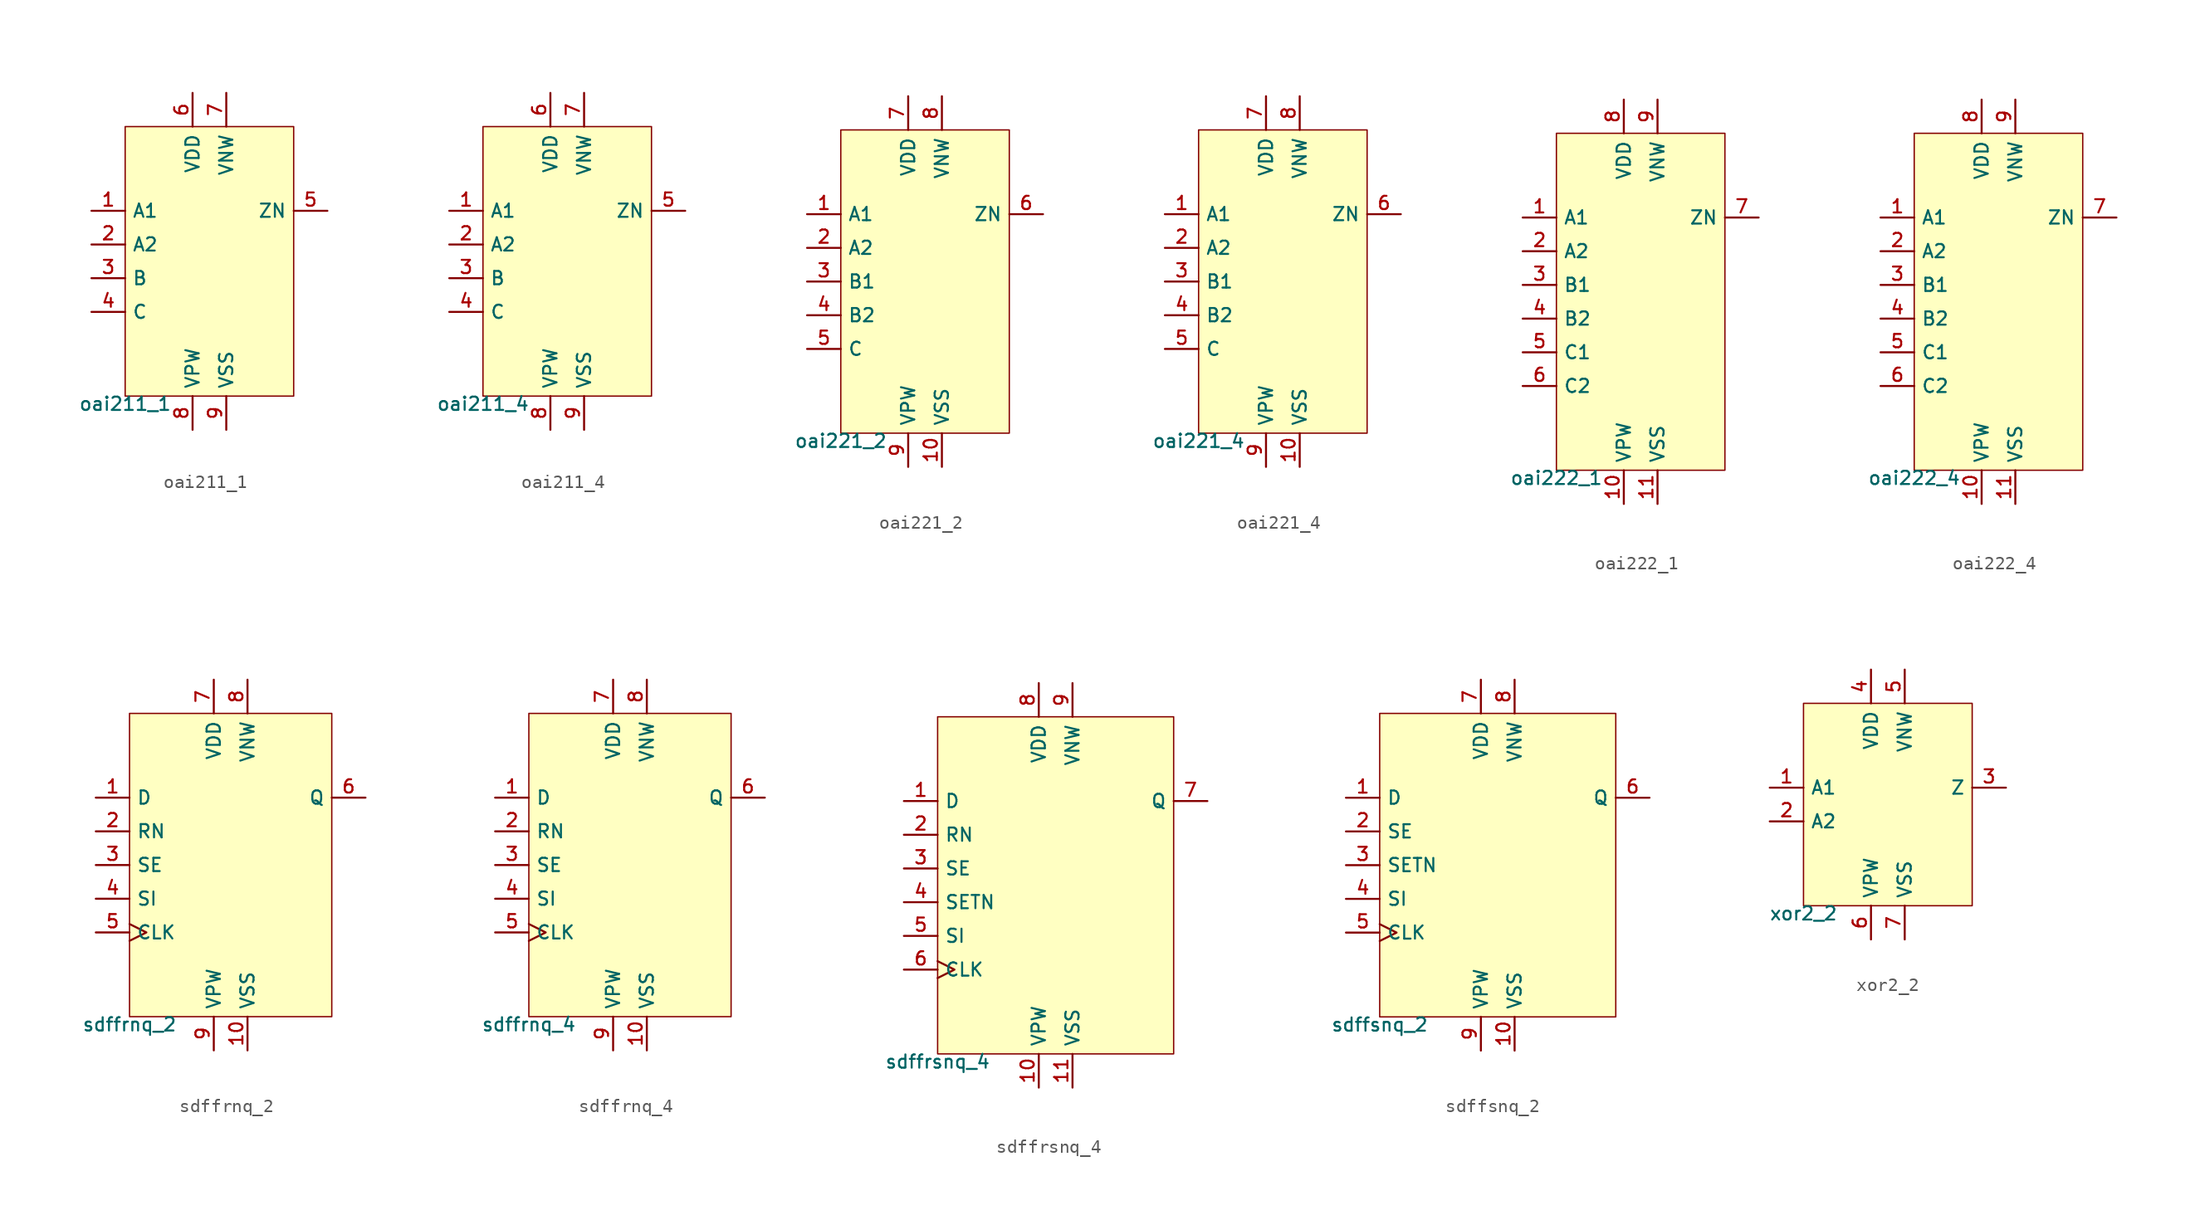
<source format=kicad_sym>
(kicad_symbol_lib
  (version 20211014)
  (generator pdk2kicad)
  (symbol "oai211_1"
    (property "Reference" "X"
      (at 0 0 0)
      (effects (font (size 1 1)) hide))
    (property "Value" "oai211_1"
      (at -6.35 -10.16 0)
      (effects (font (size 1 1)) (justify top)))
    (rectangle
      (start -6.35 -10.16)
      (end 6.35 10.16)
      (stroke (width 0.1) (type solid) (color 0 0 0 0))
      (fill (type background)))
    (pin input line
      (at -8.89 3.81 0)
      (length 2.54)
      (name "A1" (effects (font (size 1 1)) hide))
      (number "1" (effects (font (size 1 1)) hide)))
    (pin input line
      (at -8.89 1.27 0)
      (length 2.54)
      (name "A2" (effects (font (size 1 1)) hide))
      (number "2" (effects (font (size 1 1)) hide)))
    (pin input line
      (at -8.89 -1.27 0)
      (length 2.54)
      (name "B" (effects (font (size 1 1)) hide))
      (number "3" (effects (font (size 1 1)) hide)))
    (pin input line
      (at -8.89 -3.81 0)
      (length 2.54)
      (name "C" (effects (font (size 1 1)) hide))
      (number "4" (effects (font (size 1 1)) hide)))
    (pin output line
      (at 8.89 3.81 180)
      (length 2.54)
      (name "ZN" (effects (font (size 1 1)) hide))
      (number "5" (effects (font (size 1 1)) hide)))
    (pin power_in line
      (at -1.27 12.7 270)
      (length 2.54)
      (name "VDD" (effects (font (size 1 1)) hide))
      (number "6" (effects (font (size 1 1)) hide)))
    (pin power_in line
      (at 1.27 12.7 270)
      (length 2.54)
      (name "VNW" (effects (font (size 1 1)) hide))
      (number "7" (effects (font (size 1 1)) hide)))
    (pin power_in line
      (at -1.27 -12.7 90)
      (length 2.54)
      (name "VPW" (effects (font (size 1 1)) hide))
      (number "8" (effects (font (size 1 1)) hide)))
    (pin power_in line
      (at 1.27 -12.7 90)
      (length 2.54)
      (name "VSS" (effects (font (size 1 1)) hide))
      (number "9" (effects (font (size 1 1)) hide))))
  (symbol "oai211_4"
    (property "Reference" "X"
      (at 0 0 0)
      (effects (font (size 1 1)) hide))
    (property "Value" "oai211_4"
      (at -6.35 -10.16 0)
      (effects (font (size 1 1)) (justify top)))
    (rectangle
      (start -6.35 -10.16)
      (end 6.35 10.16)
      (stroke (width 0.1) (type solid) (color 0 0 0 0))
      (fill (type background)))
    (pin input line
      (at -8.89 3.81 0)
      (length 2.54)
      (name "A1" (effects (font (size 1 1)) hide))
      (number "1" (effects (font (size 1 1)) hide)))
    (pin input line
      (at -8.89 1.27 0)
      (length 2.54)
      (name "A2" (effects (font (size 1 1)) hide))
      (number "2" (effects (font (size 1 1)) hide)))
    (pin input line
      (at -8.89 -1.27 0)
      (length 2.54)
      (name "B" (effects (font (size 1 1)) hide))
      (number "3" (effects (font (size 1 1)) hide)))
    (pin input line
      (at -8.89 -3.81 0)
      (length 2.54)
      (name "C" (effects (font (size 1 1)) hide))
      (number "4" (effects (font (size 1 1)) hide)))
    (pin output line
      (at 8.89 3.81 180)
      (length 2.54)
      (name "ZN" (effects (font (size 1 1)) hide))
      (number "5" (effects (font (size 1 1)) hide)))
    (pin power_in line
      (at -1.27 12.7 270)
      (length 2.54)
      (name "VDD" (effects (font (size 1 1)) hide))
      (number "6" (effects (font (size 1 1)) hide)))
    (pin power_in line
      (at 1.27 12.7 270)
      (length 2.54)
      (name "VNW" (effects (font (size 1 1)) hide))
      (number "7" (effects (font (size 1 1)) hide)))
    (pin power_in line
      (at -1.27 -12.7 90)
      (length 2.54)
      (name "VPW" (effects (font (size 1 1)) hide))
      (number "8" (effects (font (size 1 1)) hide)))
    (pin power_in line
      (at 1.27 -12.7 90)
      (length 2.54)
      (name "VSS" (effects (font (size 1 1)) hide))
      (number "9" (effects (font (size 1 1)) hide))))
  (symbol "oai221_2"
    (property "Reference" "X"
      (at 0 0 0)
      (effects (font (size 1 1)) hide))
    (property "Value" "oai221_2"
      (at -6.35 -11.43 0)
      (effects (font (size 1 1)) (justify top)))
    (rectangle
      (start -6.35 -11.43)
      (end 6.35 11.43)
      (stroke (width 0.1) (type solid) (color 0 0 0 0))
      (fill (type background)))
    (pin input line
      (at -8.89 5.08 0)
      (length 2.54)
      (name "A1" (effects (font (size 1 1)) hide))
      (number "1" (effects (font (size 1 1)) hide)))
    (pin input line
      (at -8.89 2.54 0)
      (length 2.54)
      (name "A2" (effects (font (size 1 1)) hide))
      (number "2" (effects (font (size 1 1)) hide)))
    (pin input line
      (at -8.89 -4.440892098500626e-16 0)
      (length 2.54)
      (name "B1" (effects (font (size 1 1)) hide))
      (number "3" (effects (font (size 1 1)) hide)))
    (pin input line
      (at -8.89 -2.54 0)
      (length 2.54)
      (name "B2" (effects (font (size 1 1)) hide))
      (number "4" (effects (font (size 1 1)) hide)))
    (pin input line
      (at -8.89 -5.08 0)
      (length 2.54)
      (name "C" (effects (font (size 1 1)) hide))
      (number "5" (effects (font (size 1 1)) hide)))
    (pin output line
      (at 8.89 5.08 180)
      (length 2.54)
      (name "ZN" (effects (font (size 1 1)) hide))
      (number "6" (effects (font (size 1 1)) hide)))
    (pin power_in line
      (at -1.27 13.97 270)
      (length 2.54)
      (name "VDD" (effects (font (size 1 1)) hide))
      (number "7" (effects (font (size 1 1)) hide)))
    (pin power_in line
      (at 1.27 13.97 270)
      (length 2.54)
      (name "VNW" (effects (font (size 1 1)) hide))
      (number "8" (effects (font (size 1 1)) hide)))
    (pin power_in line
      (at -1.27 -13.97 90)
      (length 2.54)
      (name "VPW" (effects (font (size 1 1)) hide))
      (number "9" (effects (font (size 1 1)) hide)))
    (pin power_in line
      (at 1.27 -13.97 90)
      (length 2.54)
      (name "VSS" (effects (font (size 1 1)) hide))
      (number "10" (effects (font (size 1 1)) hide))))
  (symbol "oai221_4"
    (property "Reference" "X"
      (at 0 0 0)
      (effects (font (size 1 1)) hide))
    (property "Value" "oai221_4"
      (at -6.35 -11.43 0)
      (effects (font (size 1 1)) (justify top)))
    (rectangle
      (start -6.35 -11.43)
      (end 6.35 11.43)
      (stroke (width 0.1) (type solid) (color 0 0 0 0))
      (fill (type background)))
    (pin input line
      (at -8.89 5.08 0)
      (length 2.54)
      (name "A1" (effects (font (size 1 1)) hide))
      (number "1" (effects (font (size 1 1)) hide)))
    (pin input line
      (at -8.89 2.54 0)
      (length 2.54)
      (name "A2" (effects (font (size 1 1)) hide))
      (number "2" (effects (font (size 1 1)) hide)))
    (pin input line
      (at -8.89 -4.440892098500626e-16 0)
      (length 2.54)
      (name "B1" (effects (font (size 1 1)) hide))
      (number "3" (effects (font (size 1 1)) hide)))
    (pin input line
      (at -8.89 -2.54 0)
      (length 2.54)
      (name "B2" (effects (font (size 1 1)) hide))
      (number "4" (effects (font (size 1 1)) hide)))
    (pin input line
      (at -8.89 -5.08 0)
      (length 2.54)
      (name "C" (effects (font (size 1 1)) hide))
      (number "5" (effects (font (size 1 1)) hide)))
    (pin output line
      (at 8.89 5.08 180)
      (length 2.54)
      (name "ZN" (effects (font (size 1 1)) hide))
      (number "6" (effects (font (size 1 1)) hide)))
    (pin power_in line
      (at -1.27 13.97 270)
      (length 2.54)
      (name "VDD" (effects (font (size 1 1)) hide))
      (number "7" (effects (font (size 1 1)) hide)))
    (pin power_in line
      (at 1.27 13.97 270)
      (length 2.54)
      (name "VNW" (effects (font (size 1 1)) hide))
      (number "8" (effects (font (size 1 1)) hide)))
    (pin power_in line
      (at -1.27 -13.97 90)
      (length 2.54)
      (name "VPW" (effects (font (size 1 1)) hide))
      (number "9" (effects (font (size 1 1)) hide)))
    (pin power_in line
      (at 1.27 -13.97 90)
      (length 2.54)
      (name "VSS" (effects (font (size 1 1)) hide))
      (number "10" (effects (font (size 1 1)) hide))))
  (symbol "oai222_1"
    (property "Reference" "X"
      (at 0 0 0)
      (effects (font (size 1 1)) hide))
    (property "Value" "oai222_1"
      (at -6.35 -12.7 0)
      (effects (font (size 1 1)) (justify top)))
    (rectangle
      (start -6.35 -12.7)
      (end 6.35 12.7)
      (stroke (width 0.1) (type solid) (color 0 0 0 0))
      (fill (type background)))
    (pin input line
      (at -8.89 6.35 0)
      (length 2.54)
      (name "A1" (effects (font (size 1 1)) hide))
      (number "1" (effects (font (size 1 1)) hide)))
    (pin input line
      (at -8.89 3.81 0)
      (length 2.54)
      (name "A2" (effects (font (size 1 1)) hide))
      (number "2" (effects (font (size 1 1)) hide)))
    (pin input line
      (at -8.89 1.27 0)
      (length 2.54)
      (name "B1" (effects (font (size 1 1)) hide))
      (number "3" (effects (font (size 1 1)) hide)))
    (pin input line
      (at -8.89 -1.27 0)
      (length 2.54)
      (name "B2" (effects (font (size 1 1)) hide))
      (number "4" (effects (font (size 1 1)) hide)))
    (pin input line
      (at -8.89 -3.81 0)
      (length 2.54)
      (name "C1" (effects (font (size 1 1)) hide))
      (number "5" (effects (font (size 1 1)) hide)))
    (pin input line
      (at -8.89 -6.35 0)
      (length 2.54)
      (name "C2" (effects (font (size 1 1)) hide))
      (number "6" (effects (font (size 1 1)) hide)))
    (pin output line
      (at 8.89 6.35 180)
      (length 2.54)
      (name "ZN" (effects (font (size 1 1)) hide))
      (number "7" (effects (font (size 1 1)) hide)))
    (pin power_in line
      (at -1.27 15.24 270)
      (length 2.54)
      (name "VDD" (effects (font (size 1 1)) hide))
      (number "8" (effects (font (size 1 1)) hide)))
    (pin power_in line
      (at 1.27 15.24 270)
      (length 2.54)
      (name "VNW" (effects (font (size 1 1)) hide))
      (number "9" (effects (font (size 1 1)) hide)))
    (pin power_in line
      (at -1.27 -15.24 90)
      (length 2.54)
      (name "VPW" (effects (font (size 1 1)) hide))
      (number "10" (effects (font (size 1 1)) hide)))
    (pin power_in line
      (at 1.27 -15.24 90)
      (length 2.54)
      (name "VSS" (effects (font (size 1 1)) hide))
      (number "11" (effects (font (size 1 1)) hide))))
  (symbol "oai222_4"
    (property "Reference" "X"
      (at 0 0 0)
      (effects (font (size 1 1)) hide))
    (property "Value" "oai222_4"
      (at -6.35 -12.7 0)
      (effects (font (size 1 1)) (justify top)))
    (rectangle
      (start -6.35 -12.7)
      (end 6.35 12.7)
      (stroke (width 0.1) (type solid) (color 0 0 0 0))
      (fill (type background)))
    (pin input line
      (at -8.89 6.35 0)
      (length 2.54)
      (name "A1" (effects (font (size 1 1)) hide))
      (number "1" (effects (font (size 1 1)) hide)))
    (pin input line
      (at -8.89 3.81 0)
      (length 2.54)
      (name "A2" (effects (font (size 1 1)) hide))
      (number "2" (effects (font (size 1 1)) hide)))
    (pin input line
      (at -8.89 1.27 0)
      (length 2.54)
      (name "B1" (effects (font (size 1 1)) hide))
      (number "3" (effects (font (size 1 1)) hide)))
    (pin input line
      (at -8.89 -1.27 0)
      (length 2.54)
      (name "B2" (effects (font (size 1 1)) hide))
      (number "4" (effects (font (size 1 1)) hide)))
    (pin input line
      (at -8.89 -3.81 0)
      (length 2.54)
      (name "C1" (effects (font (size 1 1)) hide))
      (number "5" (effects (font (size 1 1)) hide)))
    (pin input line
      (at -8.89 -6.35 0)
      (length 2.54)
      (name "C2" (effects (font (size 1 1)) hide))
      (number "6" (effects (font (size 1 1)) hide)))
    (pin output line
      (at 8.89 6.35 180)
      (length 2.54)
      (name "ZN" (effects (font (size 1 1)) hide))
      (number "7" (effects (font (size 1 1)) hide)))
    (pin power_in line
      (at -1.27 15.24 270)
      (length 2.54)
      (name "VDD" (effects (font (size 1 1)) hide))
      (number "8" (effects (font (size 1 1)) hide)))
    (pin power_in line
      (at 1.27 15.24 270)
      (length 2.54)
      (name "VNW" (effects (font (size 1 1)) hide))
      (number "9" (effects (font (size 1 1)) hide)))
    (pin power_in line
      (at -1.27 -15.24 90)
      (length 2.54)
      (name "VPW" (effects (font (size 1 1)) hide))
      (number "10" (effects (font (size 1 1)) hide)))
    (pin power_in line
      (at 1.27 -15.24 90)
      (length 2.54)
      (name "VSS" (effects (font (size 1 1)) hide))
      (number "11" (effects (font (size 1 1)) hide))))
  (symbol "sdffrnq_2"
    (property "Reference" "X"
      (at 0 0 0)
      (effects (font (size 1 1)) hide))
    (property "Value" "sdffrnq_2"
      (at -7.62 -11.43 0)
      (effects (font (size 1 1)) (justify top)))
    (rectangle
      (start -7.62 -11.43)
      (end 7.62 11.43)
      (stroke (width 0.1) (type solid) (color 0 0 0 0))
      (fill (type background)))
    (pin input line
      (at -10.16 5.08 0)
      (length 2.54)
      (name "D" (effects (font (size 1 1)) hide))
      (number "1" (effects (font (size 1 1)) hide)))
    (pin input line
      (at -10.16 2.54 0)
      (length 2.54)
      (name "RN" (effects (font (size 1 1)) hide))
      (number "2" (effects (font (size 1 1)) hide)))
    (pin input line
      (at -10.16 -4.440892098500626e-16 0)
      (length 2.54)
      (name "SE" (effects (font (size 1 1)) hide))
      (number "3" (effects (font (size 1 1)) hide)))
    (pin input line
      (at -10.16 -2.54 0)
      (length 2.54)
      (name "SI" (effects (font (size 1 1)) hide))
      (number "4" (effects (font (size 1 1)) hide)))
    (pin input clock
      (at -10.16 -5.08 0)
      (length 2.54)
      (name "CLK" (effects (font (size 1 1)) hide))
      (number "5" (effects (font (size 1 1)) hide)))
    (pin output line
      (at 10.16 5.08 180)
      (length 2.54)
      (name "Q" (effects (font (size 1 1)) hide))
      (number "6" (effects (font (size 1 1)) hide)))
    (pin power_in line
      (at -1.27 13.97 270)
      (length 2.54)
      (name "VDD" (effects (font (size 1 1)) hide))
      (number "7" (effects (font (size 1 1)) hide)))
    (pin power_in line
      (at 1.27 13.97 270)
      (length 2.54)
      (name "VNW" (effects (font (size 1 1)) hide))
      (number "8" (effects (font (size 1 1)) hide)))
    (pin power_in line
      (at -1.27 -13.97 90)
      (length 2.54)
      (name "VPW" (effects (font (size 1 1)) hide))
      (number "9" (effects (font (size 1 1)) hide)))
    (pin power_in line
      (at 1.27 -13.97 90)
      (length 2.54)
      (name "VSS" (effects (font (size 1 1)) hide))
      (number "10" (effects (font (size 1 1)) hide))))
  (symbol "sdffrnq_4"
    (property "Reference" "X"
      (at 0 0 0)
      (effects (font (size 1 1)) hide))
    (property "Value" "sdffrnq_4"
      (at -7.62 -11.43 0)
      (effects (font (size 1 1)) (justify top)))
    (rectangle
      (start -7.62 -11.43)
      (end 7.62 11.43)
      (stroke (width 0.1) (type solid) (color 0 0 0 0))
      (fill (type background)))
    (pin input line
      (at -10.16 5.08 0)
      (length 2.54)
      (name "D" (effects (font (size 1 1)) hide))
      (number "1" (effects (font (size 1 1)) hide)))
    (pin input line
      (at -10.16 2.54 0)
      (length 2.54)
      (name "RN" (effects (font (size 1 1)) hide))
      (number "2" (effects (font (size 1 1)) hide)))
    (pin input line
      (at -10.16 -4.440892098500626e-16 0)
      (length 2.54)
      (name "SE" (effects (font (size 1 1)) hide))
      (number "3" (effects (font (size 1 1)) hide)))
    (pin input line
      (at -10.16 -2.54 0)
      (length 2.54)
      (name "SI" (effects (font (size 1 1)) hide))
      (number "4" (effects (font (size 1 1)) hide)))
    (pin input clock
      (at -10.16 -5.08 0)
      (length 2.54)
      (name "CLK" (effects (font (size 1 1)) hide))
      (number "5" (effects (font (size 1 1)) hide)))
    (pin output line
      (at 10.16 5.08 180)
      (length 2.54)
      (name "Q" (effects (font (size 1 1)) hide))
      (number "6" (effects (font (size 1 1)) hide)))
    (pin power_in line
      (at -1.27 13.97 270)
      (length 2.54)
      (name "VDD" (effects (font (size 1 1)) hide))
      (number "7" (effects (font (size 1 1)) hide)))
    (pin power_in line
      (at 1.27 13.97 270)
      (length 2.54)
      (name "VNW" (effects (font (size 1 1)) hide))
      (number "8" (effects (font (size 1 1)) hide)))
    (pin power_in line
      (at -1.27 -13.97 90)
      (length 2.54)
      (name "VPW" (effects (font (size 1 1)) hide))
      (number "9" (effects (font (size 1 1)) hide)))
    (pin power_in line
      (at 1.27 -13.97 90)
      (length 2.54)
      (name "VSS" (effects (font (size 1 1)) hide))
      (number "10" (effects (font (size 1 1)) hide))))
  (symbol "sdffrsnq_4"
    (property "Reference" "X"
      (at 0 0 0)
      (effects (font (size 1 1)) hide))
    (property "Value" "sdffrsnq_4"
      (at -8.89 -12.7 0)
      (effects (font (size 1 1)) (justify top)))
    (rectangle
      (start -8.89 -12.7)
      (end 8.89 12.7)
      (stroke (width 0.1) (type solid) (color 0 0 0 0))
      (fill (type background)))
    (pin input line
      (at -11.43 6.35 0)
      (length 2.54)
      (name "D" (effects (font (size 1 1)) hide))
      (number "1" (effects (font (size 1 1)) hide)))
    (pin input line
      (at -11.43 3.81 0)
      (length 2.54)
      (name "RN" (effects (font (size 1 1)) hide))
      (number "2" (effects (font (size 1 1)) hide)))
    (pin input line
      (at -11.43 1.27 0)
      (length 2.54)
      (name "SE" (effects (font (size 1 1)) hide))
      (number "3" (effects (font (size 1 1)) hide)))
    (pin input line
      (at -11.43 -1.27 0)
      (length 2.54)
      (name "SETN" (effects (font (size 1 1)) hide))
      (number "4" (effects (font (size 1 1)) hide)))
    (pin input line
      (at -11.43 -3.81 0)
      (length 2.54)
      (name "SI" (effects (font (size 1 1)) hide))
      (number "5" (effects (font (size 1 1)) hide)))
    (pin input clock
      (at -11.43 -6.35 0)
      (length 2.54)
      (name "CLK" (effects (font (size 1 1)) hide))
      (number "6" (effects (font (size 1 1)) hide)))
    (pin output line
      (at 11.43 6.35 180)
      (length 2.54)
      (name "Q" (effects (font (size 1 1)) hide))
      (number "7" (effects (font (size 1 1)) hide)))
    (pin power_in line
      (at -1.27 15.24 270)
      (length 2.54)
      (name "VDD" (effects (font (size 1 1)) hide))
      (number "8" (effects (font (size 1 1)) hide)))
    (pin power_in line
      (at 1.27 15.24 270)
      (length 2.54)
      (name "VNW" (effects (font (size 1 1)) hide))
      (number "9" (effects (font (size 1 1)) hide)))
    (pin power_in line
      (at -1.27 -15.24 90)
      (length 2.54)
      (name "VPW" (effects (font (size 1 1)) hide))
      (number "10" (effects (font (size 1 1)) hide)))
    (pin power_in line
      (at 1.27 -15.24 90)
      (length 2.54)
      (name "VSS" (effects (font (size 1 1)) hide))
      (number "11" (effects (font (size 1 1)) hide))))
  (symbol "sdffsnq_2"
    (property "Reference" "X"
      (at 0 0 0)
      (effects (font (size 1 1)) hide))
    (property "Value" "sdffsnq_2"
      (at -8.89 -11.43 0)
      (effects (font (size 1 1)) (justify top)))
    (rectangle
      (start -8.89 -11.43)
      (end 8.89 11.43)
      (stroke (width 0.1) (type solid) (color 0 0 0 0))
      (fill (type background)))
    (pin input line
      (at -11.43 5.08 0)
      (length 2.54)
      (name "D" (effects (font (size 1 1)) hide))
      (number "1" (effects (font (size 1 1)) hide)))
    (pin input line
      (at -11.43 2.54 0)
      (length 2.54)
      (name "SE" (effects (font (size 1 1)) hide))
      (number "2" (effects (font (size 1 1)) hide)))
    (pin input line
      (at -11.43 -4.440892098500626e-16 0)
      (length 2.54)
      (name "SETN" (effects (font (size 1 1)) hide))
      (number "3" (effects (font (size 1 1)) hide)))
    (pin input line
      (at -11.43 -2.54 0)
      (length 2.54)
      (name "SI" (effects (font (size 1 1)) hide))
      (number "4" (effects (font (size 1 1)) hide)))
    (pin input clock
      (at -11.43 -5.08 0)
      (length 2.54)
      (name "CLK" (effects (font (size 1 1)) hide))
      (number "5" (effects (font (size 1 1)) hide)))
    (pin output line
      (at 11.43 5.08 180)
      (length 2.54)
      (name "Q" (effects (font (size 1 1)) hide))
      (number "6" (effects (font (size 1 1)) hide)))
    (pin power_in line
      (at -1.27 13.97 270)
      (length 2.54)
      (name "VDD" (effects (font (size 1 1)) hide))
      (number "7" (effects (font (size 1 1)) hide)))
    (pin power_in line
      (at 1.27 13.97 270)
      (length 2.54)
      (name "VNW" (effects (font (size 1 1)) hide))
      (number "8" (effects (font (size 1 1)) hide)))
    (pin power_in line
      (at -1.27 -13.97 90)
      (length 2.54)
      (name "VPW" (effects (font (size 1 1)) hide))
      (number "9" (effects (font (size 1 1)) hide)))
    (pin power_in line
      (at 1.27 -13.97 90)
      (length 2.54)
      (name "VSS" (effects (font (size 1 1)) hide))
      (number "10" (effects (font (size 1 1)) hide))))
  (symbol "xor2_2"
    (property "Reference" "X"
      (at 0 0 0)
      (effects (font (size 1 1)) hide))
    (property "Value" "xor2_2"
      (at -6.35 -7.62 0)
      (effects (font (size 1 1)) (justify top)))
    (rectangle
      (start -6.35 -7.62)
      (end 6.35 7.62)
      (stroke (width 0.1) (type solid) (color 0 0 0 0))
      (fill (type background)))
    (pin input line
      (at -8.89 1.27 0)
      (length 2.54)
      (name "A1" (effects (font (size 1 1)) hide))
      (number "1" (effects (font (size 1 1)) hide)))
    (pin input line
      (at -8.89 -1.27 0)
      (length 2.54)
      (name "A2" (effects (font (size 1 1)) hide))
      (number "2" (effects (font (size 1 1)) hide)))
    (pin output line
      (at 8.89 1.27 180)
      (length 2.54)
      (name "Z" (effects (font (size 1 1)) hide))
      (number "3" (effects (font (size 1 1)) hide)))
    (pin power_in line
      (at -1.27 10.16 270)
      (length 2.54)
      (name "VDD" (effects (font (size 1 1)) hide))
      (number "4" (effects (font (size 1 1)) hide)))
    (pin power_in line
      (at 1.27 10.16 270)
      (length 2.54)
      (name "VNW" (effects (font (size 1 1)) hide))
      (number "5" (effects (font (size 1 1)) hide)))
    (pin power_in line
      (at -1.27 -10.16 90)
      (length 2.54)
      (name "VPW" (effects (font (size 1 1)) hide))
      (number "6" (effects (font (size 1 1)) hide)))
    (pin power_in line
      (at 1.27 -10.16 90)
      (length 2.54)
      (name "VSS" (effects (font (size 1 1)) hide))
      (number "7" (effects (font (size 1 1)) hide)))))
</source>
